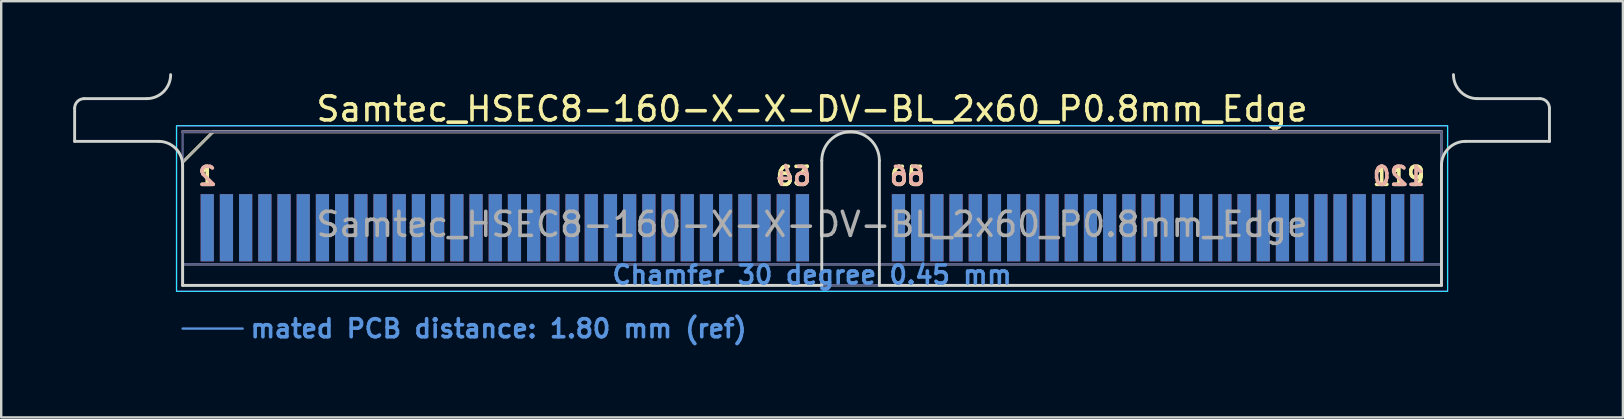
<source format=kicad_pcb>
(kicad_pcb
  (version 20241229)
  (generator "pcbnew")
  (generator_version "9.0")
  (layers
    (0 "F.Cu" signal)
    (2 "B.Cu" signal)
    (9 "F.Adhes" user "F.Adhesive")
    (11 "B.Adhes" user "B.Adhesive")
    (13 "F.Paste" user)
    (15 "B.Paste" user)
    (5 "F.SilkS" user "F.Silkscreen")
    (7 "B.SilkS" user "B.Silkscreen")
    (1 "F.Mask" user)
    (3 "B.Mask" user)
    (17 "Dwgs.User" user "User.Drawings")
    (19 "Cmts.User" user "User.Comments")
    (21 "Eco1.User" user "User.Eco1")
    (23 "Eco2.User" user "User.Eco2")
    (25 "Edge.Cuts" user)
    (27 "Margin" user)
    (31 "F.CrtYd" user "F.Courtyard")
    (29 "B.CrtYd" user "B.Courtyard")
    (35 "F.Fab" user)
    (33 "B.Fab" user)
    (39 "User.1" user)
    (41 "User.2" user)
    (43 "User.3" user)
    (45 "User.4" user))
  (footprint "Samtec_HSEC8-160-X-X-DV-BL_2x60_P0.8mm_Edge"
    (layer "F.Cu")
    (at 30.785 8.84)
    (property "Reference" "Samtec_HSEC8-160-X-X-DV-BL_2x60_P0.8mm_Edge" (at 0 -7.35 0) (layer "F.SilkS") (effects (font (size 1 1) (thickness 0.15))))
    (attr exclude_from_pos_files exclude_from_bom)
    (fp_line (start -26.225 -5.13) (end -24.955 -6.4) (stroke (width 0.12) (type solid)) (layer "F.SilkS"))
    (fp_line (start -24.955 -6.4) (end 26.225 -6.4) (stroke (width 0.12) (type solid)) (layer "F.SilkS"))
    (fp_line (start -26.225 -6.4) (end -26.225 -6.4) (stroke (width 0.12) (type solid)) (layer "B.SilkS"))
    (fp_line (start -26.225 -6.4) (end 26.225 -6.4) (stroke (width 0.12) (type solid)) (layer "B.SilkS"))
    (fp_line (start -26.225 1.8) (end -23.725 1.8) (stroke (width 0.1) (type solid)) (layer "Cmts.User"))
    (fp_line (start -30.725 -6) (end -30.725 -7.38) (stroke (width 0.12) (type solid)) (layer "Edge.Cuts"))
    (fp_line (start -30.325 -7.78) (end -27.725 -7.78) (stroke (width 0.12) (type solid)) (layer "Edge.Cuts"))
    (fp_line (start -27.225 -6) (end -30.725 -6) (stroke (width 0.12) (type solid)) (layer "Edge.Cuts"))
    (fp_line (start -26.225 -5) (end -26.225 0) (stroke (width 0.12) (type solid)) (layer "Edge.Cuts"))
    (fp_line (start -26.225 0) (end 0.405 0) (stroke (width 0.12) (type solid)) (layer "Edge.Cuts"))
    (fp_line (start 0.405 0) (end 0.405 -5.2) (stroke (width 0.12) (type solid)) (layer "Edge.Cuts"))
    (fp_line (start 2.805 -5.2) (end 2.805 0) (stroke (width 0.12) (type solid)) (layer "Edge.Cuts"))
    (fp_line (start 2.805 0) (end 26.225 0) (stroke (width 0.12) (type solid)) (layer "Edge.Cuts"))
    (fp_line (start 26.225 0) (end 26.225 -5) (stroke (width 0.12) (type solid)) (layer "Edge.Cuts"))
    (fp_line (start 27.225 -6) (end 30.725 -6) (stroke (width 0.12) (type solid)) (layer "Edge.Cuts"))
    (fp_line (start 30.325 -7.78) (end 27.725 -7.78) (stroke (width 0.12) (type solid)) (layer "Edge.Cuts"))
    (fp_line (start 30.725 -6) (end 30.725 -7.38) (stroke (width 0.12) (type solid)) (layer "Edge.Cuts"))
    (fp_arc (start -30.725 -7.38) (mid -30.607843 -7.662843) (end -30.325 -7.78) (stroke (width 0.12) (type solid)) (layer "Edge.Cuts"))
    (fp_arc (start -27.225 -6) (mid -26.517893 -5.707107) (end -26.225 -5) (stroke (width 0.12) (type solid)) (layer "Edge.Cuts"))
    (fp_arc (start -26.725 -8.78) (mid -27.017893 -8.072893) (end -27.725 -7.78) (stroke (width 0.12) (type solid)) (layer "Edge.Cuts"))
    (fp_arc (start 0.405 -5.2) (mid 1.605 -6.4) (end 2.805 -5.2) (stroke (width 0.12) (type solid)) (layer "Edge.Cuts"))
    (fp_arc (start 26.225 -5) (mid 26.517893 -5.707107) (end 27.225 -6) (stroke (width 0.12) (type solid)) (layer "Edge.Cuts"))
    (fp_arc (start 27.725 -7.78) (mid 27.017893 -8.072893) (end 26.725 -8.78) (stroke (width 0.12) (type solid)) (layer "Edge.Cuts"))
    (fp_arc (start 30.325 -7.78) (mid 30.607843 -7.662843) (end 30.725 -7.38) (stroke (width 0.12) (type solid)) (layer "Edge.Cuts"))
    (fp_rect (start -26.48 -6.65) (end 26.48 0.25) (stroke (width 0.05) (type solid)) (fill no) (layer "B.CrtYd"))
    (fp_rect (start -26.48 -6.65) (end 26.48 0.25) (stroke (width 0.05) (type solid)) (fill no) (layer "F.CrtYd"))
    (fp_line (start -26.225 -6.4) (end -26.225 -6.4) (stroke (width 0.1) (type solid)) (layer "B.Fab"))
    (fp_line (start -26.225 -6.4) (end -26.225 0) (stroke (width 0.1) (type solid)) (layer "B.Fab"))
    (fp_line (start -26.225 -6.4) (end 26.225 -6.4) (stroke (width 0.1) (type solid)) (layer "B.Fab"))
    (fp_line (start -26.225 -0.88) (end 26.225 -0.88) (stroke (width 0.1) (type solid)) (layer "B.Fab"))
    (fp_line (start -26.225 0) (end 26.225 0) (stroke (width 0.1) (type solid)) (layer "B.Fab"))
    (fp_line (start 26.225 -6.4) (end 26.225 0) (stroke (width 0.1) (type solid)) (layer "B.Fab"))
    (fp_line (start -26.225 -5.13) (end -26.225 0) (stroke (width 0.1) (type solid)) (layer "F.Fab"))
    (fp_line (start -26.225 -5.13) (end -24.955 -6.4) (stroke (width 0.1) (type solid)) (layer "F.Fab"))
    (fp_line (start -26.225 -0.88) (end 26.225 -0.88) (stroke (width 0.1) (type solid)) (layer "F.Fab"))
    (fp_line (start -26.225 0) (end 26.225 0) (stroke (width 0.1) (type solid)) (layer "F.Fab"))
    (fp_line (start -24.955 -6.4) (end 26.225 -6.4) (stroke (width 0.1) (type solid)) (layer "F.Fab"))
    (fp_line (start 26.225 -6.4) (end 26.225 0) (stroke (width 0.1) (type solid)) (layer "F.Fab"))
    (fp_text user "65" (at 3.975 -4.55 0) (layer "F.SilkS") (effects (font (size 0.75 0.75) (thickness 0.15))))
    (fp_text user "1" (at -25.2 -4.55 0) (layer "F.SilkS") (effects (font (size 0.75 0.75) (thickness 0.15))))
    (fp_text user "63" (at -0.775 -4.55 0) (layer "F.SilkS") (effects (font (size 0.75 0.75) (thickness 0.15))))
    (fp_text user "119" (at 24.45 -4.55 0) (layer "F.SilkS") (effects (font (size 0.75 0.75) (thickness 0.15))))
    (fp_text user "120" (at 24.45 -4.55 0) (layer "B.SilkS") (effects (font (size 0.75 0.75) (thickness 0.15)) (justify mirror)))
    (fp_text user "66" (at 3.975 -4.55 0) (layer "B.SilkS") (effects (font (size 0.75 0.75) (thickness 0.15)) (justify mirror)))
    (fp_text user "2" (at -25.2 -4.55 0) (layer "B.SilkS") (effects (font (size 0.75 0.75) (thickness 0.15)) (justify mirror)))
    (fp_text user "64" (at -0.775 -4.55 0) (layer "B.SilkS") (effects (font (size 0.75 0.75) (thickness 0.15)) (justify mirror)))
    (fp_text user "Chamfer 30 degree 0.45 mm" (at 0 -0.44 0) (layer "Cmts.User") (effects (font (size 0.75 0.75) (thickness 0.15))))
    (fp_text user "mated PCB distance: 1.80 mm (ref)" (at -23.48 1.8 0) (layer "Cmts.User") (effects (font (size 0.75 0.75) (thickness 0.15)) (justify left)))
    (fp_text user "${REFERENCE}" (at 0 -2.54 0) (layer "F.Fab") (effects (font (size 1 1) (thickness 0.15))))
    (pad "1" connect rect (at -25.2 -2.4) (size 0.55 2.8) (layers "F.Cu" "F.Mask"))
    (pad "2" connect rect (at -25.2 -2.4) (size 0.55 2.8) (layers "B.Cu" "B.Mask"))
    (pad "3" connect rect (at -24.4 -2.4) (size 0.55 2.8) (layers "F.Cu" "F.Mask"))
    (pad "4" connect rect (at -24.4 -2.4) (size 0.55 2.8) (layers "B.Cu" "B.Mask"))
    (pad "5" connect rect (at -23.6 -2.4) (size 0.55 2.8) (layers "F.Cu" "F.Mask"))
    (pad "6" connect rect (at -23.6 -2.4) (size 0.55 2.8) (layers "B.Cu" "B.Mask"))
    (pad "7" connect rect (at -22.8 -2.4) (size 0.55 2.8) (layers "F.Cu" "F.Mask"))
    (pad "8" connect rect (at -22.8 -2.4) (size 0.55 2.8) (layers "B.Cu" "B.Mask"))
    (pad "9" connect rect (at -22 -2.4) (size 0.55 2.8) (layers "F.Cu" "F.Mask"))
    (pad "10" connect rect (at -22 -2.4) (size 0.55 2.8) (layers "B.Cu" "B.Mask"))
    (pad "11" connect rect (at -21.2 -2.4) (size 0.55 2.8) (layers "F.Cu" "F.Mask"))
    (pad "12" connect rect (at -21.2 -2.4) (size 0.55 2.8) (layers "B.Cu" "B.Mask"))
    (pad "13" connect rect (at -20.4 -2.4) (size 0.55 2.8) (layers "F.Cu" "F.Mask"))
    (pad "14" connect rect (at -20.4 -2.4) (size 0.55 2.8) (layers "B.Cu" "B.Mask"))
    (pad "15" connect rect (at -19.6 -2.4) (size 0.55 2.8) (layers "F.Cu" "F.Mask"))
    (pad "16" connect rect (at -19.6 -2.4) (size 0.55 2.8) (layers "B.Cu" "B.Mask"))
    (pad "17" connect rect (at -18.8 -2.4) (size 0.55 2.8) (layers "F.Cu" "F.Mask"))
    (pad "18" connect rect (at -18.8 -2.4) (size 0.55 2.8) (layers "B.Cu" "B.Mask"))
    (pad "19" connect rect (at -18 -2.4) (size 0.55 2.8) (layers "F.Cu" "F.Mask"))
    (pad "20" connect rect (at -18 -2.4) (size 0.55 2.8) (layers "B.Cu" "B.Mask"))
    (pad "21" connect rect (at -17.2 -2.4) (size 0.55 2.8) (layers "F.Cu" "F.Mask"))
    (pad "22" connect rect (at -17.2 -2.4) (size 0.55 2.8) (layers "B.Cu" "B.Mask"))
    (pad "23" connect rect (at -16.4 -2.4) (size 0.55 2.8) (layers "F.Cu" "F.Mask"))
    (pad "24" connect rect (at -16.4 -2.4) (size 0.55 2.8) (layers "B.Cu" "B.Mask"))
    (pad "25" connect rect (at -15.6 -2.4) (size 0.55 2.8) (layers "F.Cu" "F.Mask"))
    (pad "26" connect rect (at -15.6 -2.4) (size 0.55 2.8) (layers "B.Cu" "B.Mask"))
    (pad "27" connect rect (at -14.8 -2.4) (size 0.55 2.8) (layers "F.Cu" "F.Mask"))
    (pad "28" connect rect (at -14.8 -2.4) (size 0.55 2.8) (layers "B.Cu" "B.Mask"))
    (pad "29" connect rect (at -14 -2.4) (size 0.55 2.8) (layers "F.Cu" "F.Mask"))
    (pad "30" connect rect (at -14 -2.4) (size 0.55 2.8) (layers "B.Cu" "B.Mask"))
    (pad "31" connect rect (at -13.2 -2.4) (size 0.55 2.8) (layers "F.Cu" "F.Mask"))
    (pad "32" connect rect (at -13.2 -2.4) (size 0.55 2.8) (layers "B.Cu" "B.Mask"))
    (pad "33" connect rect (at -12.4 -2.4) (size 0.55 2.8) (layers "F.Cu" "F.Mask"))
    (pad "34" connect rect (at -12.4 -2.4) (size 0.55 2.8) (layers "B.Cu" "B.Mask"))
    (pad "35" connect rect (at -11.6 -2.4) (size 0.55 2.8) (layers "F.Cu" "F.Mask"))
    (pad "36" connect rect (at -11.6 -2.4) (size 0.55 2.8) (layers "B.Cu" "B.Mask"))
    (pad "37" connect rect (at -10.8 -2.4) (size 0.55 2.8) (layers "F.Cu" "F.Mask"))
    (pad "38" connect rect (at -10.8 -2.4) (size 0.55 2.8) (layers "B.Cu" "B.Mask"))
    (pad "39" connect rect (at -10 -2.4) (size 0.55 2.8) (layers "F.Cu" "F.Mask"))
    (pad "40" connect rect (at -10 -2.4) (size 0.55 2.8) (layers "B.Cu" "B.Mask"))
    (pad "41" connect rect (at -9.2 -2.4) (size 0.55 2.8) (layers "F.Cu" "F.Mask"))
    (pad "42" connect rect (at -9.2 -2.4) (size 0.55 2.8) (layers "B.Cu" "B.Mask"))
    (pad "43" connect rect (at -8.4 -2.4) (size 0.55 2.8) (layers "F.Cu" "F.Mask"))
    (pad "44" connect rect (at -8.4 -2.4) (size 0.55 2.8) (layers "B.Cu" "B.Mask"))
    (pad "45" connect rect (at -7.6 -2.4) (size 0.55 2.8) (layers "F.Cu" "F.Mask"))
    (pad "46" connect rect (at -7.6 -2.4) (size 0.55 2.8) (layers "B.Cu" "B.Mask"))
    (pad "47" connect rect (at -6.8 -2.4) (size 0.55 2.8) (layers "F.Cu" "F.Mask"))
    (pad "48" connect rect (at -6.8 -2.4) (size 0.55 2.8) (layers "B.Cu" "B.Mask"))
    (pad "49" connect rect (at -6 -2.4) (size 0.55 2.8) (layers "F.Cu" "F.Mask"))
    (pad "50" connect rect (at -6 -2.4) (size 0.55 2.8) (layers "B.Cu" "B.Mask"))
    (pad "51" connect rect (at -5.2 -2.4) (size 0.55 2.8) (layers "F.Cu" "F.Mask"))
    (pad "52" connect rect (at -5.2 -2.4) (size 0.55 2.8) (layers "B.Cu" "B.Mask"))
    (pad "53" connect rect (at -4.4 -2.4) (size 0.55 2.8) (layers "F.Cu" "F.Mask"))
    (pad "54" connect rect (at -4.4 -2.4) (size 0.55 2.8) (layers "B.Cu" "B.Mask"))
    (pad "55" connect rect (at -3.6 -2.4) (size 0.55 2.8) (layers "F.Cu" "F.Mask"))
    (pad "56" connect rect (at -3.6 -2.4) (size 0.55 2.8) (layers "B.Cu" "B.Mask"))
    (pad "57" connect rect (at -2.8 -2.4) (size 0.55 2.8) (layers "F.Cu" "F.Mask"))
    (pad "58" connect rect (at -2.8 -2.4) (size 0.55 2.8) (layers "B.Cu" "B.Mask"))
    (pad "59" connect rect (at -2 -2.4) (size 0.55 2.8) (layers "F.Cu" "F.Mask"))
    (pad "60" connect rect (at -2 -2.4) (size 0.55 2.8) (layers "B.Cu" "B.Mask"))
    (pad "61" connect rect (at -1.2 -2.4) (size 0.55 2.8) (layers "F.Cu" "F.Mask"))
    (pad "62" connect rect (at -1.2 -2.4) (size 0.55 2.8) (layers "B.Cu" "B.Mask"))
    (pad "63" connect rect (at -0.4 -2.4) (size 0.55 2.8) (layers "F.Cu" "F.Mask"))
    (pad "64" connect rect (at -0.4 -2.4) (size 0.55 2.8) (layers "B.Cu" "B.Mask"))
    (pad "65" connect rect (at 3.6 -2.4) (size 0.55 2.8) (layers "F.Cu" "F.Mask"))
    (pad "66" connect rect (at 3.6 -2.4) (size 0.55 2.8) (layers "B.Cu" "B.Mask"))
    (pad "67" connect rect (at 4.4 -2.4) (size 0.55 2.8) (layers "F.Cu" "F.Mask"))
    (pad "68" connect rect (at 4.4 -2.4) (size 0.55 2.8) (layers "B.Cu" "B.Mask"))
    (pad "69" connect rect (at 5.2 -2.4) (size 0.55 2.8) (layers "F.Cu" "F.Mask"))
    (pad "70" connect rect (at 5.2 -2.4) (size 0.55 2.8) (layers "B.Cu" "B.Mask"))
    (pad "71" connect rect (at 6 -2.4) (size 0.55 2.8) (layers "F.Cu" "F.Mask"))
    (pad "72" connect rect (at 6 -2.4) (size 0.55 2.8) (layers "B.Cu" "B.Mask"))
    (pad "73" connect rect (at 6.8 -2.4) (size 0.55 2.8) (layers "F.Cu" "F.Mask"))
    (pad "74" connect rect (at 6.8 -2.4) (size 0.55 2.8) (layers "B.Cu" "B.Mask"))
    (pad "75" connect rect (at 7.6 -2.4) (size 0.55 2.8) (layers "F.Cu" "F.Mask"))
    (pad "76" connect rect (at 7.6 -2.4) (size 0.55 2.8) (layers "B.Cu" "B.Mask"))
    (pad "77" connect rect (at 8.4 -2.4) (size 0.55 2.8) (layers "F.Cu" "F.Mask"))
    (pad "78" connect rect (at 8.4 -2.4) (size 0.55 2.8) (layers "B.Cu" "B.Mask"))
    (pad "79" connect rect (at 9.2 -2.4) (size 0.55 2.8) (layers "F.Cu" "F.Mask"))
    (pad "80" connect rect (at 9.2 -2.4) (size 0.55 2.8) (layers "B.Cu" "B.Mask"))
    (pad "81" connect rect (at 10 -2.4) (size 0.55 2.8) (layers "F.Cu" "F.Mask"))
    (pad "82" connect rect (at 10 -2.4) (size 0.55 2.8) (layers "B.Cu" "B.Mask"))
    (pad "83" connect rect (at 10.8 -2.4) (size 0.55 2.8) (layers "F.Cu" "F.Mask"))
    (pad "84" connect rect (at 10.8 -2.4) (size 0.55 2.8) (layers "B.Cu" "B.Mask"))
    (pad "85" connect rect (at 11.6 -2.4) (size 0.55 2.8) (layers "F.Cu" "F.Mask"))
    (pad "86" connect rect (at 11.6 -2.4) (size 0.55 2.8) (layers "B.Cu" "B.Mask"))
    (pad "87" connect rect (at 12.4 -2.4) (size 0.55 2.8) (layers "F.Cu" "F.Mask"))
    (pad "88" connect rect (at 12.4 -2.4) (size 0.55 2.8) (layers "B.Cu" "B.Mask"))
    (pad "89" connect rect (at 13.2 -2.4) (size 0.55 2.8) (layers "F.Cu" "F.Mask"))
    (pad "90" connect rect (at 13.2 -2.4) (size 0.55 2.8) (layers "B.Cu" "B.Mask"))
    (pad "91" connect rect (at 14 -2.4) (size 0.55 2.8) (layers "F.Cu" "F.Mask"))
    (pad "92" connect rect (at 14 -2.4) (size 0.55 2.8) (layers "B.Cu" "B.Mask"))
    (pad "93" connect rect (at 14.8 -2.4) (size 0.55 2.8) (layers "F.Cu" "F.Mask"))
    (pad "94" connect rect (at 14.8 -2.4) (size 0.55 2.8) (layers "B.Cu" "B.Mask"))
    (pad "95" connect rect (at 15.6 -2.4) (size 0.55 2.8) (layers "F.Cu" "F.Mask"))
    (pad "96" connect rect (at 15.6 -2.4) (size 0.55 2.8) (layers "B.Cu" "B.Mask"))
    (pad "97" connect rect (at 16.4 -2.4) (size 0.55 2.8) (layers "F.Cu" "F.Mask"))
    (pad "98" connect rect (at 16.4 -2.4) (size 0.55 2.8) (layers "B.Cu" "B.Mask"))
    (pad "99" connect rect (at 17.2 -2.4) (size 0.55 2.8) (layers "F.Cu" "F.Mask"))
    (pad "100" connect rect (at 17.2 -2.4) (size 0.55 2.8) (layers "B.Cu" "B.Mask"))
    (pad "101" connect rect (at 18 -2.4) (size 0.55 2.8) (layers "F.Cu" "F.Mask"))
    (pad "102" connect rect (at 18 -2.4) (size 0.55 2.8) (layers "B.Cu" "B.Mask"))
    (pad "103" connect rect (at 18.8 -2.4) (size 0.55 2.8) (layers "F.Cu" "F.Mask"))
    (pad "104" connect rect (at 18.8 -2.4) (size 0.55 2.8) (layers "B.Cu" "B.Mask"))
    (pad "105" connect rect (at 19.6 -2.4) (size 0.55 2.8) (layers "F.Cu" "F.Mask"))
    (pad "106" connect rect (at 19.6 -2.4) (size 0.55 2.8) (layers "B.Cu" "B.Mask"))
    (pad "107" connect rect (at 20.4 -2.4) (size 0.55 2.8) (layers "F.Cu" "F.Mask"))
    (pad "108" connect rect (at 20.4 -2.4) (size 0.55 2.8) (layers "B.Cu" "B.Mask"))
    (pad "109" connect rect (at 21.2 -2.4) (size 0.55 2.8) (layers "F.Cu" "F.Mask"))
    (pad "110" connect rect (at 21.2 -2.4) (size 0.55 2.8) (layers "B.Cu" "B.Mask"))
    (pad "111" connect rect (at 22 -2.4) (size 0.55 2.8) (layers "F.Cu" "F.Mask"))
    (pad "112" connect rect (at 22 -2.4) (size 0.55 2.8) (layers "B.Cu" "B.Mask"))
    (pad "113" connect rect (at 22.8 -2.4) (size 0.55 2.8) (layers "F.Cu" "F.Mask"))
    (pad "114" connect rect (at 22.8 -2.4) (size 0.55 2.8) (layers "B.Cu" "B.Mask"))
    (pad "115" connect rect (at 23.6 -2.4) (size 0.55 2.8) (layers "F.Cu" "F.Mask"))
    (pad "116" connect rect (at 23.6 -2.4) (size 0.55 2.8) (layers "B.Cu" "B.Mask"))
    (pad "117" connect rect (at 24.4 -2.4) (size 0.55 2.8) (layers "F.Cu" "F.Mask"))
    (pad "118" connect rect (at 24.4 -2.4) (size 0.55 2.8) (layers "B.Cu" "B.Mask"))
    (pad "119" connect rect (at 25.2 -2.4) (size 0.55 2.8) (layers "F.Cu" "F.Mask"))
    (pad "120" connect rect (at 25.2 -2.4) (size 0.55 2.8) (layers "B.Cu" "B.Mask")))
  (gr_rect
    (start -3 -3)
    (end 64.57 14.342)
    (stroke (width 0.1) (type default))
    (fill no)
    (layer "Edge.Cuts")))
</source>
